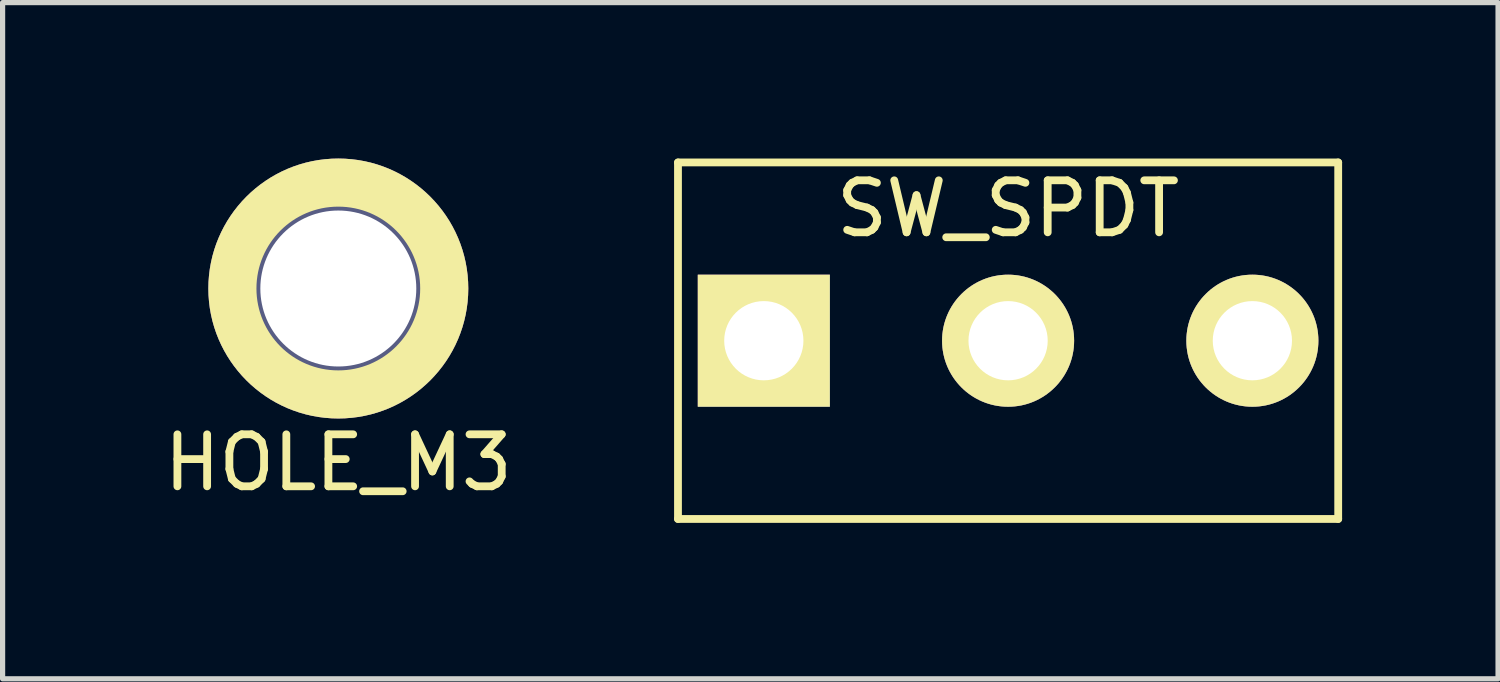
<source format=kicad_pcb>
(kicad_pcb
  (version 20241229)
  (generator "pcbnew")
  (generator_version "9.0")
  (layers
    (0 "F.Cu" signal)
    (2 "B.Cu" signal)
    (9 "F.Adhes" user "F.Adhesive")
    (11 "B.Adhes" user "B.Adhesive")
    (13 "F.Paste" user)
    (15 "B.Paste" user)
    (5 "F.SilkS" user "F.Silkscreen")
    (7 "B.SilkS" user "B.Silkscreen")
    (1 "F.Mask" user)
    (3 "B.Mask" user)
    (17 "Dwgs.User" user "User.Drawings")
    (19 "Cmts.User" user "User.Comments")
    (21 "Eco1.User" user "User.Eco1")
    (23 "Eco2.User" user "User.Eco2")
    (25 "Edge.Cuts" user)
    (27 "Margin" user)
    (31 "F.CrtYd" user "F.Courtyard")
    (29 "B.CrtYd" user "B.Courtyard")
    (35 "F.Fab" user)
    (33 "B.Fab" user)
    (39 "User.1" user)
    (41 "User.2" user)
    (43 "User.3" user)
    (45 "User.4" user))
  (footprint "SW_SPDT"
    (layer "F.Cu")
    (at 16.342 3.504)
    (property "Reference" "SW_SPDT" (at 0 -2.54 0) (layer "F.SilkS") (effects (font (size 1 1) (thickness 0.15))))
    (attr through_hole)
    (fp_line (start -6.35 -3.429) (end 6.35 -3.429) (stroke (width 0.15) (type solid)) (layer "F.SilkS"))
    (fp_line (start -6.35 3.429) (end -6.35 -3.429) (stroke (width 0.15) (type solid)) (layer "F.SilkS"))
    (fp_line (start 6.35 -3.429) (end 6.35 3.429) (stroke (width 0.15) (type solid)) (layer "F.SilkS"))
    (fp_line (start 6.35 3.429) (end -6.35 3.429) (stroke (width 0.15) (type solid)) (layer "F.SilkS"))
    (pad "1" thru_hole rect (at -4.699 0) (size 2.54 2.54) (drill 1.524) (layers "*.Cu" "*.Mask" "F.SilkS"))
    (pad "2" thru_hole circle (at 0 0) (size 2.54 2.54) (drill 1.524) (layers "*.Cu" "*.Mask" "F.SilkS"))
    (pad "3" thru_hole circle (at 4.699 0) (size 2.54 2.54) (drill 1.524) (layers "*.Cu" "*.Mask" "F.SilkS")))
  (footprint "HOLE_M3"
    (layer "F.Cu")
    (at 3.458 2.5)
    (property "Reference" "HOLE_M3" (at 0 3.35 0) (layer "F.SilkS") (effects (font (size 1 1) (thickness 0.15))))
    (attr through_hole)
    (fp_circle (center 0 0) (end 1.5 0) (stroke (width 0.15) (type solid)) (fill no) (layer "B.Fab"))
    (pad "1" thru_hole circle (at 0 0) (size 5 5) (drill 3) (layers "*.Cu" "*.Mask" "F.SilkS")))
  (gr_rect
    (start -3 -3)
    (end 25.767 10.008)
    (stroke (width 0.1) (type default))
    (fill no)
    (layer "Edge.Cuts")))
</source>
